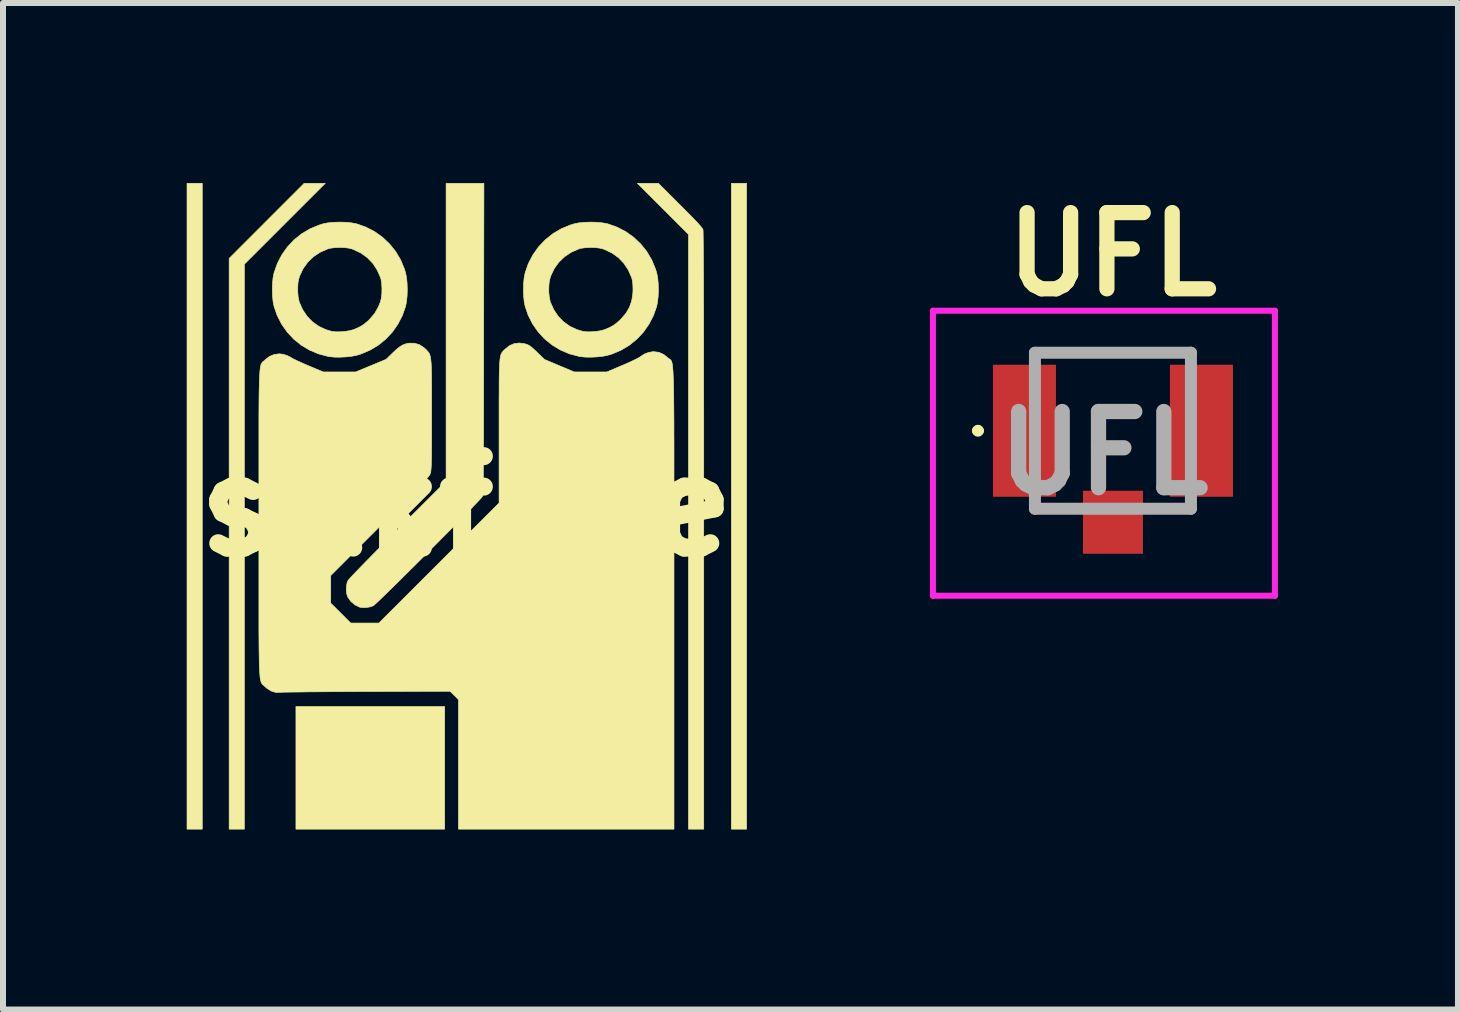
<source format=kicad_pcb>
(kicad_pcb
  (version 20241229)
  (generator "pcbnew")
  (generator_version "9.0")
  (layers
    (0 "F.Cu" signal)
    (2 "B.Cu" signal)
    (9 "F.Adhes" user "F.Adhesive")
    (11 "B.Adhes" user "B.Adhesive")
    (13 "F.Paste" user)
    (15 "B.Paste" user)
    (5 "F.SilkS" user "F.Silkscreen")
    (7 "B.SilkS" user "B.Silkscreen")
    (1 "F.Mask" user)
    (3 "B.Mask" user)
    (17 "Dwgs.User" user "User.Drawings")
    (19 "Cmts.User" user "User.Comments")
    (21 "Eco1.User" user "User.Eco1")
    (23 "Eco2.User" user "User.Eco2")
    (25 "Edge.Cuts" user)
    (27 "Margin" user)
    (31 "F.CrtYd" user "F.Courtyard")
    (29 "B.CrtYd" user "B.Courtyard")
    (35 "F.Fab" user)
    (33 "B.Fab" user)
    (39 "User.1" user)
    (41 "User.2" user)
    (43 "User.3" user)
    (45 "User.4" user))
  (footprint "silkface"
    (layer "F.Cu")
    (at 4.724 5.387)
    (property "Reference" "silkface" (at 0 0 0) (layer "F.SilkS") (effects (font (size 1.524 1.524) (thickness 0.3))))
    (attr through_hole)
    (fp_poly (pts (xy -4.403 5.382) (xy -4.657 5.382) (xy -4.657 -5.382) (xy -4.403 -5.382) (xy -4.403 5.382)) (stroke (width 0.01) (type solid)) (fill yes) (layer "F.SilkS"))
    (fp_poly (pts (xy -0.363 5.382) (xy -2.842 5.382) (xy -2.842 3.338) (xy -0.363 3.338) (xy -0.363 5.382)) (stroke (width 0.01) (type solid)) (fill yes) (layer "F.SilkS"))
    (fp_poly (pts (xy 4.669 5.382) (xy 4.415 5.382) (xy 4.415 -5.382) (xy 4.669 -5.382) (xy 4.669 5.382)) (stroke (width 0.01) (type solid)) (fill yes) (layer "F.SilkS"))
    (fp_poly (pts (xy -3.027 -4.708) (xy -3.701 -4.034) (xy -3.701 5.382) (xy -3.955 5.382) (xy -3.955 -4.13) (xy -2.704 -5.382) (xy -2.353 -5.382) (xy -3.027 -4.708)) (stroke (width 0.01) (type solid)) (fill yes) (layer "F.SilkS"))
    (fp_poly (pts (xy 3.565 -5.016) (xy 3.661 -4.92) (xy 3.74 -4.84) (xy 3.804 -4.774) (xy 3.855 -4.72) (xy 3.893 -4.678) (xy 3.919 -4.646) (xy 3.936 -4.623) (xy 3.943 -4.608) (xy 3.944 -4.592) (xy 3.945 -4.552) (xy 3.946 -4.488) (xy 3.947 -4.399) (xy 3.948 -4.287) (xy 3.949 -4.151) (xy 3.95 -3.991) (xy 3.951 -3.808) (xy 3.951 -3.601) (xy 3.952 -3.37) (xy 3.953 -3.117) (xy 3.953 -2.839) (xy 3.954 -2.539) (xy 3.954 -2.215) (xy 3.954 -1.868) (xy 3.955 -1.498) (xy 3.955 -1.105) (xy 3.955 -0.689) (xy 3.955 -0.251) (xy 3.955 0.211) (xy 3.955 0.408) (xy 3.955 5.382) (xy 3.701 5.382) (xy 3.701 -4.53) (xy 2.849 -5.382) (xy 3.199 -5.382) (xy 3.565 -5.016)) (stroke (width 0.01) (type solid)) (fill yes) (layer "F.SilkS"))
    (fp_poly (pts (xy 0.287 -2.791) (xy 0.287 -2.496) (xy 0.287 -2.224) (xy 0.286 -1.975) (xy 0.286 -1.746) (xy 0.286 -1.538) (xy 0.285 -1.35) (xy 0.285 -1.179) (xy 0.284 -1.027) (xy 0.284 -0.89) (xy 0.283 -0.769) (xy 0.282 -0.663) (xy 0.282 -0.57) (xy 0.281 -0.49) (xy 0.28 -0.421) (xy 0.279 -0.363) (xy 0.278 -0.314) (xy 0.276 -0.275) (xy 0.275 -0.243) (xy 0.273 -0.218) (xy 0.272 -0.198) (xy 0.27 -0.184) (xy 0.268 -0.173) (xy 0.265 -0.165) (xy 0.263 -0.159) (xy 0.262 -0.157) (xy 0.25 -0.142) (xy 0.221 -0.11) (xy 0.179 -0.065) (xy 0.123 -0.007) (xy 0.056 0.063) (xy -0.021 0.142) (xy -0.107 0.23) (xy -0.201 0.325) (xy -0.3 0.425) (xy -0.405 0.53) (xy -0.512 0.638) (xy -0.621 0.747) (xy -0.73 0.856) (xy -0.838 0.964) (xy -0.944 1.069) (xy -1.046 1.17) (xy -1.142 1.266) (xy -1.232 1.354) (xy -1.314 1.434) (xy -1.386 1.504) (xy -1.447 1.563) (xy -1.496 1.609) (xy -1.531 1.641) (xy -1.551 1.658) (xy -1.554 1.659) (xy -1.599 1.676) (xy -1.655 1.686) (xy -1.714 1.69) (xy -1.764 1.686) (xy -1.778 1.683) (xy -1.859 1.644) (xy -1.927 1.586) (xy -1.979 1.512) (xy -1.995 1.462) (xy -2.002 1.4) (xy -2 1.334) (xy -1.989 1.274) (xy -1.975 1.24) (xy -1.962 1.224) (xy -1.934 1.192) (xy -1.89 1.145) (xy -1.832 1.084) (xy -1.761 1.011) (xy -1.679 0.926) (xy -1.585 0.831) (xy -1.482 0.726) (xy -1.37 0.613) (xy -1.25 0.493) (xy -1.144 0.387) (xy -0.339 -0.417) (xy -0.339 -5.382) (xy 0.291 -5.382) (xy 0.287 -2.791)) (stroke (width 0.01) (type solid)) (fill yes) (layer "F.SilkS"))
    (fp_poly (pts (xy -2.006 -4.732) (xy -1.911 -4.722) (xy -1.832 -4.707) (xy -1.676 -4.652) (xy -1.531 -4.577) (xy -1.399 -4.483) (xy -1.282 -4.372) (xy -1.18 -4.246) (xy -1.097 -4.106) (xy -1.034 -3.954) (xy -1.014 -3.889) (xy -0.998 -3.808) (xy -0.989 -3.713) (xy -0.986 -3.609) (xy -0.989 -3.506) (xy -0.999 -3.41) (xy -1.014 -3.332) (xy -1.068 -3.178) (xy -1.143 -3.034) (xy -1.235 -2.902) (xy -1.345 -2.785) (xy -1.469 -2.684) (xy -1.606 -2.602) (xy -1.753 -2.539) (xy -1.832 -2.515) (xy -1.913 -2.499) (xy -2.007 -2.489) (xy -2.106 -2.484) (xy -2.201 -2.485) (xy -2.285 -2.493) (xy -2.306 -2.497) (xy -2.466 -2.539) (xy -2.617 -2.603) (xy -2.755 -2.686) (xy -2.88 -2.787) (xy -2.989 -2.905) (xy -3.082 -3.037) (xy -3.156 -3.183) (xy -3.207 -3.332) (xy -3.223 -3.412) (xy -3.232 -3.508) (xy -3.234 -3.574) (xy -2.812 -3.574) (xy -2.805 -3.49) (xy -2.79 -3.416) (xy -2.785 -3.399) (xy -2.73 -3.276) (xy -2.657 -3.167) (xy -2.567 -3.074) (xy -2.462 -2.999) (xy -2.345 -2.944) (xy -2.244 -2.914) (xy -2.182 -2.907) (xy -2.106 -2.907) (xy -2.026 -2.913) (xy -1.95 -2.925) (xy -1.887 -2.942) (xy -1.885 -2.942) (xy -1.793 -2.981) (xy -1.715 -3.027) (xy -1.642 -3.087) (xy -1.609 -3.12) (xy -1.527 -3.217) (xy -1.465 -3.328) (xy -1.432 -3.411) (xy -1.418 -3.471) (xy -1.41 -3.547) (xy -1.408 -3.629) (xy -1.413 -3.709) (xy -1.423 -3.779) (xy -1.432 -3.81) (xy -1.487 -3.936) (xy -1.56 -4.047) (xy -1.651 -4.142) (xy -1.758 -4.219) (xy -1.881 -4.278) (xy -1.911 -4.289) (xy -1.971 -4.303) (xy -2.047 -4.311) (xy -2.129 -4.313) (xy -2.209 -4.308) (xy -2.279 -4.298) (xy -2.31 -4.289) (xy -2.436 -4.234) (xy -2.547 -4.161) (xy -2.642 -4.07) (xy -2.72 -3.963) (xy -2.779 -3.84) (xy -2.789 -3.81) (xy -2.805 -3.743) (xy -2.812 -3.662) (xy -2.812 -3.574) (xy -3.234 -3.574) (xy -3.235 -3.612) (xy -3.232 -3.715) (xy -3.223 -3.81) (xy -3.207 -3.889) (xy -3.152 -4.045) (xy -3.077 -4.19) (xy -2.983 -4.322) (xy -2.872 -4.44) (xy -2.746 -4.541) (xy -2.606 -4.624) (xy -2.454 -4.687) (xy -2.389 -4.707) (xy -2.309 -4.723) (xy -2.213 -4.732) (xy -2.109 -4.735) (xy -2.006 -4.732)) (stroke (width 0.01) (type solid)) (fill yes) (layer "F.SilkS"))
    (fp_poly (pts (xy 2.179 -4.732) (xy 2.274 -4.722) (xy 2.353 -4.707) (xy 2.509 -4.652) (xy 2.654 -4.577) (xy 2.786 -4.483) (xy 2.903 -4.372) (xy 3.005 -4.246) (xy 3.088 -4.106) (xy 3.151 -3.954) (xy 3.171 -3.889) (xy 3.187 -3.808) (xy 3.196 -3.713) (xy 3.199 -3.609) (xy 3.196 -3.506) (xy 3.186 -3.41) (xy 3.171 -3.332) (xy 3.117 -3.178) (xy 3.042 -3.034) (xy 2.95 -2.902) (xy 2.84 -2.785) (xy 2.716 -2.684) (xy 2.579 -2.602) (xy 2.432 -2.539) (xy 2.353 -2.515) (xy 2.272 -2.499) (xy 2.178 -2.489) (xy 2.079 -2.484) (xy 1.984 -2.485) (xy 1.9 -2.493) (xy 1.879 -2.497) (xy 1.718 -2.539) (xy 1.568 -2.603) (xy 1.43 -2.686) (xy 1.305 -2.787) (xy 1.196 -2.905) (xy 1.103 -3.037) (xy 1.029 -3.183) (xy 0.978 -3.332) (xy 0.962 -3.412) (xy 0.953 -3.508) (xy 0.951 -3.574) (xy 1.372 -3.574) (xy 1.38 -3.49) (xy 1.395 -3.416) (xy 1.4 -3.399) (xy 1.455 -3.276) (xy 1.528 -3.167) (xy 1.618 -3.074) (xy 1.723 -2.999) (xy 1.84 -2.944) (xy 1.941 -2.914) (xy 2.003 -2.907) (xy 2.079 -2.907) (xy 2.159 -2.913) (xy 2.235 -2.925) (xy 2.298 -2.942) (xy 2.3 -2.942) (xy 2.392 -2.981) (xy 2.47 -3.027) (xy 2.543 -3.087) (xy 2.576 -3.12) (xy 2.658 -3.215) (xy 2.717 -3.316) (xy 2.755 -3.425) (xy 2.773 -3.545) (xy 2.776 -3.61) (xy 2.774 -3.687) (xy 2.768 -3.746) (xy 2.758 -3.794) (xy 2.753 -3.81) (xy 2.698 -3.936) (xy 2.625 -4.047) (xy 2.534 -4.142) (xy 2.427 -4.219) (xy 2.304 -4.278) (xy 2.274 -4.289) (xy 2.213 -4.303) (xy 2.138 -4.311) (xy 2.056 -4.313) (xy 1.976 -4.308) (xy 1.906 -4.298) (xy 1.875 -4.289) (xy 1.749 -4.234) (xy 1.638 -4.161) (xy 1.543 -4.07) (xy 1.465 -3.963) (xy 1.406 -3.84) (xy 1.396 -3.81) (xy 1.38 -3.743) (xy 1.373 -3.662) (xy 1.372 -3.574) (xy 0.951 -3.574) (xy 0.95 -3.612) (xy 0.953 -3.715) (xy 0.962 -3.81) (xy 0.978 -3.889) (xy 1.032 -4.045) (xy 1.108 -4.19) (xy 1.202 -4.322) (xy 1.313 -4.44) (xy 1.439 -4.541) (xy 1.579 -4.624) (xy 1.731 -4.687) (xy 1.796 -4.707) (xy 1.876 -4.723) (xy 1.972 -4.732) (xy 2.075 -4.735) (xy 2.179 -4.732)) (stroke (width 0.01) (type solid)) (fill yes) (layer "F.SilkS"))
    (fp_poly (pts (xy 0.971 -2.708) (xy 0.991 -2.702) (xy 1.021 -2.692) (xy 1.05 -2.676) (xy 1.082 -2.653) (xy 1.121 -2.619) (xy 1.172 -2.571) (xy 1.178 -2.565) (xy 1.3 -2.447) (xy 1.548 -2.342) (xy 1.797 -2.238) (xy 2.34 -2.238) (xy 2.6 -2.348) (xy 2.703 -2.393) (xy 2.787 -2.432) (xy 2.851 -2.464) (xy 2.895 -2.489) (xy 2.908 -2.499) (xy 2.967 -2.537) (xy 3.038 -2.564) (xy 3.111 -2.576) (xy 3.121 -2.576) (xy 3.207 -2.565) (xy 3.287 -2.53) (xy 3.357 -2.474) (xy 3.367 -2.466) (xy 3.376 -2.459) (xy 3.384 -2.453) (xy 3.392 -2.448) (xy 3.399 -2.443) (xy 3.406 -2.436) (xy 3.412 -2.427) (xy 3.418 -2.416) (xy 3.423 -2.401) (xy 3.428 -2.382) (xy 3.432 -2.357) (xy 3.436 -2.327) (xy 3.439 -2.29) (xy 3.443 -2.245) (xy 3.445 -2.193) (xy 3.448 -2.131) (xy 3.45 -2.059) (xy 3.452 -1.977) (xy 3.454 -1.884) (xy 3.455 -1.778) (xy 3.456 -1.659) (xy 3.457 -1.527) (xy 3.458 -1.38) (xy 3.458 -1.218) (xy 3.459 -1.04) (xy 3.459 -0.845) (xy 3.459 -0.632) (xy 3.459 -0.401) (xy 3.46 -0.151) (xy 3.459 0.12) (xy 3.459 0.411) (xy 3.459 0.724) (xy 3.459 1.059) (xy 3.459 1.417) (xy 3.459 1.55) (xy 3.459 5.382) (xy -0.133 5.382) (xy -0.133 3.223) (xy -0.273 3.084) (xy -1.658 3.089) (xy -1.84 3.089) (xy -2.016 3.09) (xy -2.184 3.091) (xy -2.344 3.092) (xy -2.492 3.093) (xy -2.628 3.094) (xy -2.75 3.096) (xy -2.856 3.097) (xy -2.946 3.098) (xy -3.016 3.099) (xy -3.066 3.1) (xy -3.094 3.102) (xy -3.098 3.102) (xy -3.179 3.103) (xy -3.256 3.079) (xy -3.328 3.033) (xy -3.357 3.007) (xy -3.369 2.996) (xy -3.379 2.987) (xy -3.389 2.979) (xy -3.398 2.971) (xy -3.406 2.962) (xy -3.414 2.951) (xy -3.42 2.937) (xy -3.426 2.919) (xy -3.432 2.896) (xy -3.437 2.868) (xy -3.441 2.832) (xy -3.444 2.789) (xy -3.448 2.737) (xy -3.45 2.675) (xy -3.453 2.602) (xy -3.454 2.518) (xy -3.456 2.421) (xy -3.457 2.31) (xy -3.458 2.185) (xy -3.459 2.044) (xy -3.459 1.887) (xy -3.459 1.712) (xy -3.459 1.519) (xy -3.459 1.306) (xy -3.459 1.072) (xy -3.459 0.818) (xy -3.459 0.541) (xy -3.459 0.284) (xy -3.459 -0.013) (xy -3.459 -0.287) (xy -3.459 -0.538) (xy -3.459 -0.769) (xy -3.459 -0.979) (xy -3.459 -1.169) (xy -3.459 -1.342) (xy -3.459 -1.497) (xy -3.458 -1.635) (xy -3.457 -1.758) (xy -3.456 -1.867) (xy -3.454 -1.962) (xy -3.452 -2.045) (xy -3.45 -2.116) (xy -3.447 -2.176) (xy -3.444 -2.227) (xy -3.44 -2.269) (xy -3.436 -2.304) (xy -3.431 -2.331) (xy -3.426 -2.353) (xy -3.42 -2.371) (xy -3.413 -2.384) (xy -3.405 -2.395) (xy -3.397 -2.404) (xy -3.388 -2.412) (xy -3.378 -2.42) (xy -3.367 -2.429) (xy -3.357 -2.438) (xy -3.285 -2.495) (xy -3.205 -2.529) (xy -3.12 -2.54) (xy -3.058 -2.533) (xy -2.993 -2.513) (xy -2.936 -2.486) (xy -2.923 -2.477) (xy -2.901 -2.463) (xy -2.86 -2.443) (xy -2.805 -2.417) (xy -2.738 -2.387) (xy -2.665 -2.355) (xy -2.636 -2.343) (xy -2.388 -2.238) (xy -1.846 -2.238) (xy -1.339 -2.448) (xy -1.23 -2.554) (xy -1.165 -2.615) (xy -1.108 -2.66) (xy -1.057 -2.69) (xy -1.006 -2.708) (xy -0.952 -2.718) (xy -0.864 -2.716) (xy -0.783 -2.692) (xy -0.71 -2.644) (xy -0.683 -2.62) (xy -0.664 -2.602) (xy -0.649 -2.585) (xy -0.635 -2.569) (xy -0.623 -2.552) (xy -0.613 -2.531) (xy -0.605 -2.505) (xy -0.598 -2.473) (xy -0.593 -2.432) (xy -0.588 -2.381) (xy -0.585 -2.319) (xy -0.583 -2.243) (xy -0.582 -2.153) (xy -0.581 -2.045) (xy -0.581 -1.92) (xy -0.581 -1.774) (xy -0.581 -1.606) (xy -0.581 -1.524) (xy -0.581 -1.352) (xy -0.581 -1.202) (xy -0.581 -1.073) (xy -0.582 -0.963) (xy -0.582 -0.871) (xy -0.583 -0.794) (xy -0.585 -0.731) (xy -0.586 -0.681) (xy -0.588 -0.641) (xy -0.591 -0.61) (xy -0.593 -0.586) (xy -0.597 -0.568) (xy -0.6 -0.556) (xy -0.603 -0.544) (xy -0.608 -0.532) (xy -0.615 -0.519) (xy -0.626 -0.504) (xy -0.64 -0.485) (xy -0.66 -0.461) (xy -0.687 -0.431) (xy -0.721 -0.395) (xy -0.763 -0.351) (xy -0.814 -0.297) (xy -0.877 -0.234) (xy -0.95 -0.159) (xy -1.036 -0.072) (xy -1.136 0.028) (xy -1.251 0.143) (xy -1.381 0.273) (xy -1.44 0.333) (xy -2.262 1.156) (xy -2.262 1.615) (xy -2.095 1.781) (xy -1.929 1.947) (xy -1.459 1.947) (xy -0.457 0.946) (xy 0.544 -0.054) (xy 0.544 -1.241) (xy 0.544 -1.444) (xy 0.544 -1.624) (xy 0.544 -1.784) (xy 0.545 -1.923) (xy 0.545 -2.044) (xy 0.546 -2.148) (xy 0.548 -2.237) (xy 0.55 -2.311) (xy 0.553 -2.373) (xy 0.557 -2.424) (xy 0.562 -2.466) (xy 0.567 -2.498) (xy 0.574 -2.525) (xy 0.583 -2.545) (xy 0.592 -2.562) (xy 0.604 -2.577) (xy 0.617 -2.591) (xy 0.631 -2.605) (xy 0.646 -2.619) (xy 0.718 -2.676) (xy 0.795 -2.71) (xy 0.88 -2.72) (xy 0.971 -2.708)) (stroke (width 0.01) (type solid)) (fill yes) (layer "F.SilkS")))
  (footprint "UFL"
    (layer "F.Cu")
    (at 15.499 4.129)
    (property "Reference" "UFL" (at -0.01 -2.94 0) (layer "F.SilkS") (effects (font (size 1.27 1.27) (thickness 0.254))))
    (attr smd)
    (fp_line (start -2.3 0) (end -2.3 0) (stroke (width 0.1) (type solid)) (layer "F.SilkS"))
    (fp_line (start -2.2 0) (end -2.2 0) (stroke (width 0.1) (type solid)) (layer "F.SilkS"))
    (fp_line (start -1 -1.3) (end 0.952 -1.3) (stroke (width 0.1) (type solid)) (layer "F.SilkS"))
    (fp_line (start -0.943 1.3) (end -1.25 1.3) (stroke (width 0.1) (type solid)) (layer "F.SilkS"))
    (fp_line (start 0.75 1.3) (end 0.952 1.3) (stroke (width 0.1) (type solid)) (layer "F.SilkS"))
    (fp_arc (start -2.3 0) (mid -2.25 -0.05) (end -2.2 0) (stroke (width 0.1) (type solid)) (layer "F.SilkS"))
    (fp_arc (start -2.2 0) (mid -2.25 0.05) (end -2.3 0) (stroke (width 0.1) (type solid)) (layer "F.SilkS"))
    (fp_line (start -3 -2) (end 2.7 -2) (stroke (width 0.1) (type solid)) (layer "F.CrtYd"))
    (fp_line (start -3 2.75) (end -3 -2) (stroke (width 0.1) (type solid)) (layer "F.CrtYd"))
    (fp_line (start 2.7 -2) (end 2.7 2.75) (stroke (width 0.1) (type solid)) (layer "F.CrtYd"))
    (fp_line (start 2.7 2.75) (end -3 2.75) (stroke (width 0.1) (type solid)) (layer "F.CrtYd"))
    (fp_line (start -1.3 -1.3) (end 1.3 -1.3) (stroke (width 0.2) (type solid)) (layer "F.Fab"))
    (fp_line (start -1.3 1.3) (end -1.3 -1.3) (stroke (width 0.2) (type solid)) (layer "F.Fab"))
    (fp_line (start 1.3 -1.3) (end 1.3 1.3) (stroke (width 0.2) (type solid)) (layer "F.Fab"))
    (fp_line (start 1.3 1.3) (end -1.3 1.3) (stroke (width 0.2) (type solid)) (layer "F.Fab"))
    (fp_text user "${REFERENCE}" (at -0.15 0.375 0) (layer "F.Fab") (effects (font (size 1.27 1.27) (thickness 0.254))))
    (pad "1" smd rect (at -1.475 0) (size 1.05 2.2) (layers "F.Cu" "F.Mask" "F.Paste"))
    (pad "2" smd rect (at 1.475 0) (size 1.05 2.2) (layers "F.Cu" "F.Mask" "F.Paste"))
    (pad "3" smd rect (at 0 1.525) (size 1 1.05) (layers "F.Cu" "F.Mask" "F.Paste")))
  (gr_rect
    (start -3 -3)
    (end 21.249 13.775)
    (stroke (width 0.1) (type default))
    (fill no)
    (layer "Edge.Cuts")))
</source>
